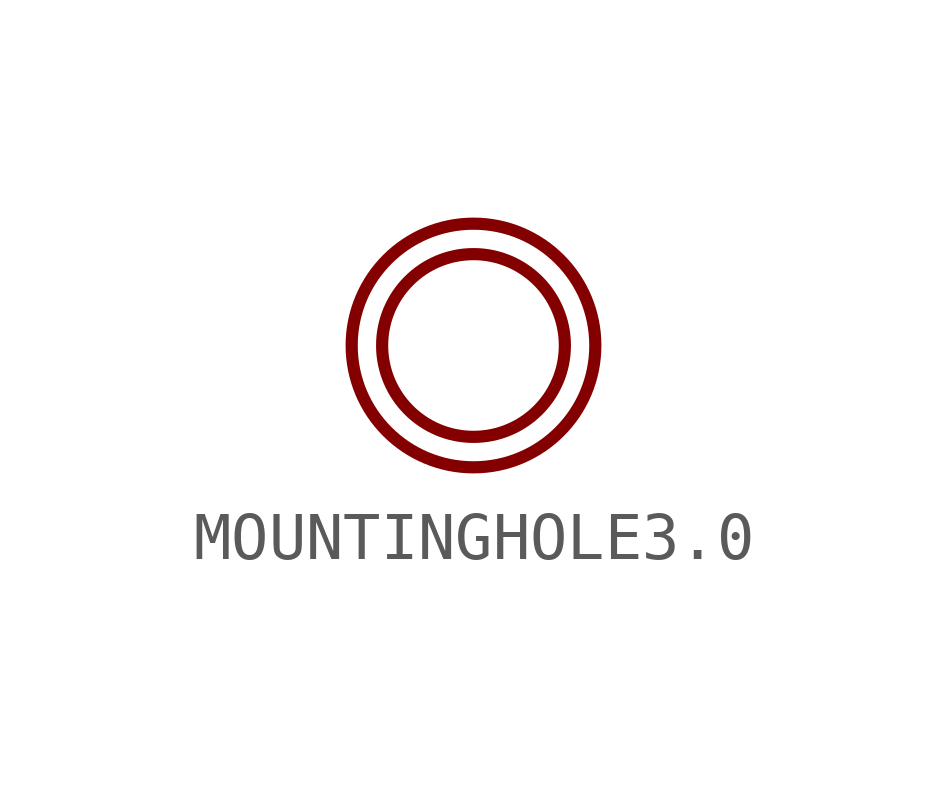
<source format=kicad_sym>
(kicad_symbol_lib
  (version 20201005)
  (generator kicad_symbol_editor)
  (symbol "MOUNTINGHOLE3.0"
    (property "Reference" ""
      (at 0 0 0)
      (effects (font (size 1.27 1.27)) hide))
    (property "ki_locked" ""
      (at 0 0 0)
      (effects (font (size 1.27 1.27))))
    (symbol "MOUNTINGHOLE3.0_1_0"
      (circle (center 0 0) (radius 1.905) (stroke (width 0.254)) (fill (type none)))
      (circle (center 0 0) (radius 2.54) (stroke (width 0.254)) (fill (type none))))))
</source>
